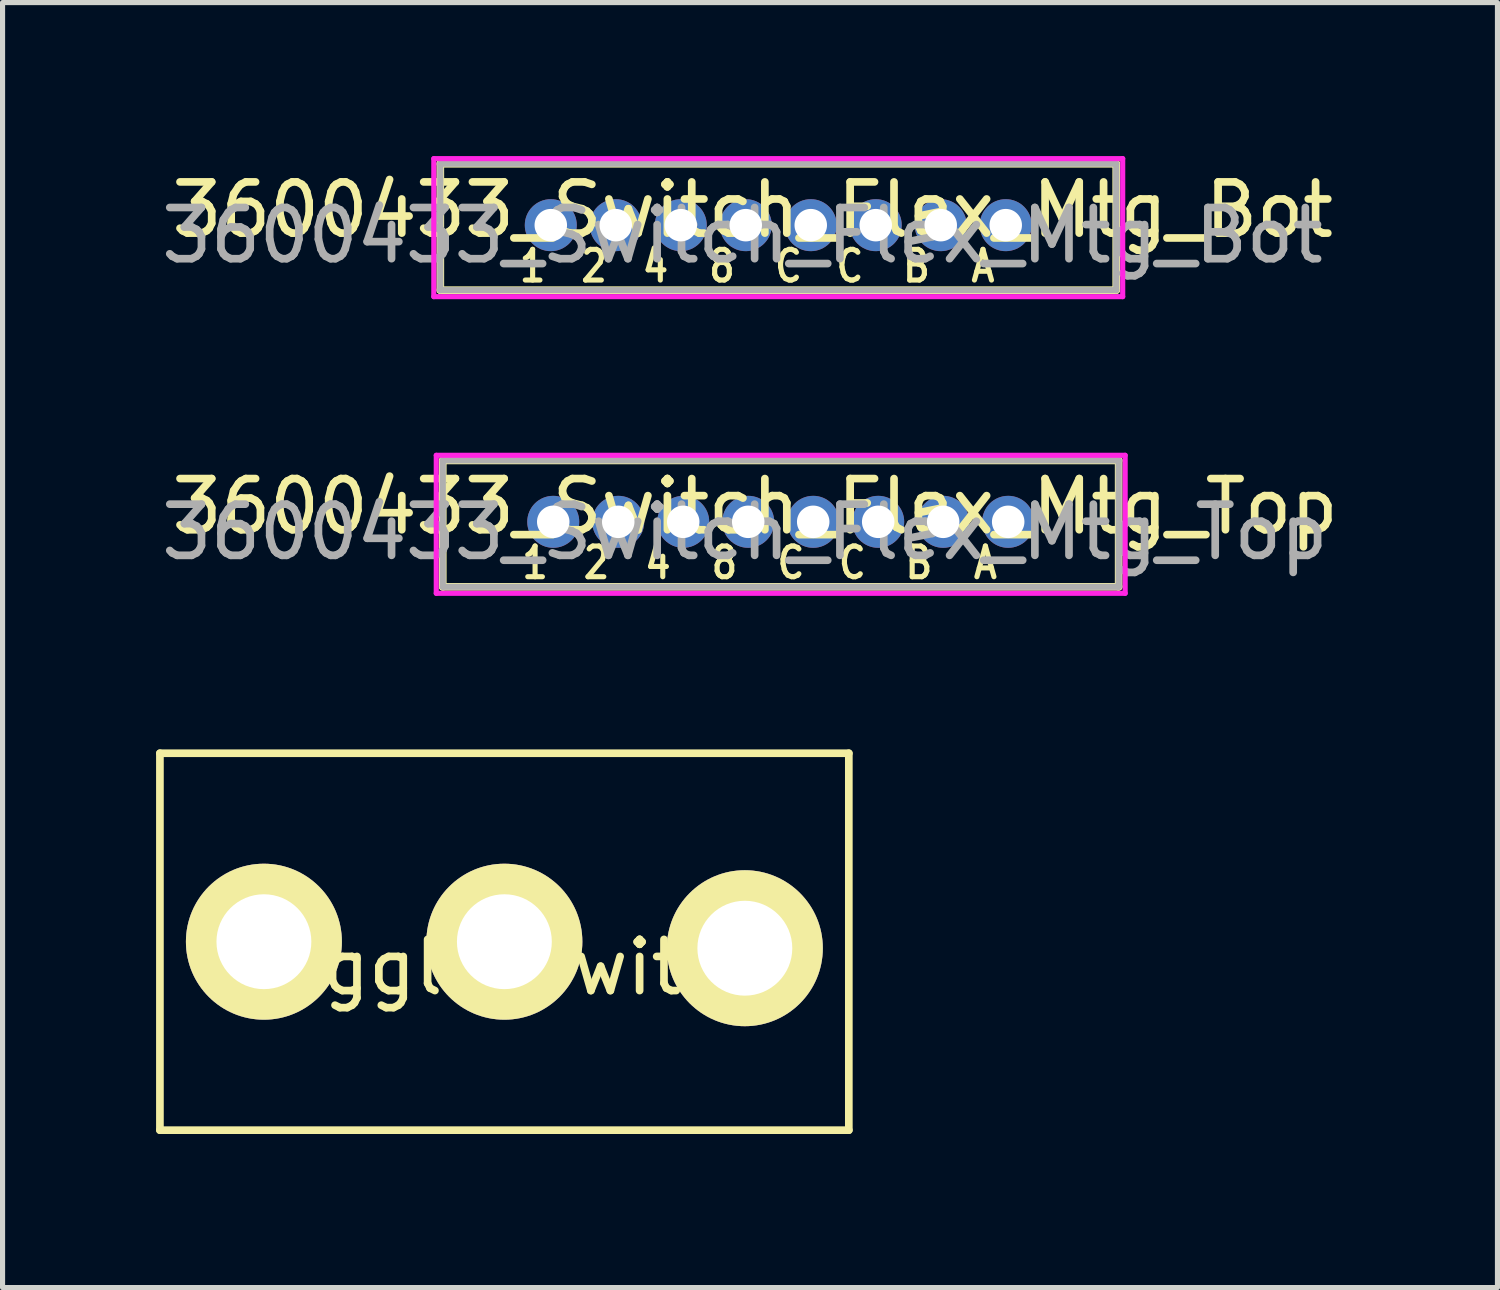
<source format=kicad_pcb>
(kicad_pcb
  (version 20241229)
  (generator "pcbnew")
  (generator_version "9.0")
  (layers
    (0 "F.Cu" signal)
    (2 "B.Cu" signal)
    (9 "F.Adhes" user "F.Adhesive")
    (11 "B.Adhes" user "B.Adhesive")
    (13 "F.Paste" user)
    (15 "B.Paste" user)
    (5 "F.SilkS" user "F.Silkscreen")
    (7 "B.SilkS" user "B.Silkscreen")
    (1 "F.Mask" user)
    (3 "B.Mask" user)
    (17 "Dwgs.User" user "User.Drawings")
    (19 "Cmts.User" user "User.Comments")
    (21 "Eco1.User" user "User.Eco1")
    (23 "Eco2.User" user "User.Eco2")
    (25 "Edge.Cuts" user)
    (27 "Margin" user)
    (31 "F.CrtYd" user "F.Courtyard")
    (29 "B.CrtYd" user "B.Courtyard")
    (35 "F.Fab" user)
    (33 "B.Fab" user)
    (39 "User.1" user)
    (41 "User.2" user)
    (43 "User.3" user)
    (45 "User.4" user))
  (footprint "3600433_Switch_Flex_Mtg_Bot"
    (layer "F.Cu")
    (at 12.158 1.35)
    (property "Reference" "3600433_Switch_Flex_Mtg_Bot" (at -0.5 -0.3 0) (layer "F.SilkS") (effects (font (size 1 1) (thickness 0.15))))
    (attr through_hole)
    (fp_line (start -6.604 -1.2) (end 6.604 -1.2) (stroke (width 0.15) (type solid)) (layer "F.SilkS"))
    (fp_line (start -6.604 1.27) (end -6.604 -1.2) (stroke (width 0.15) (type solid)) (layer "F.SilkS"))
    (fp_line (start 6.604 -1.2) (end 6.604 1.27) (stroke (width 0.15) (type solid)) (layer "F.SilkS"))
    (fp_line (start 6.604 1.27) (end -6.604 1.27) (stroke (width 0.15) (type solid)) (layer "F.SilkS"))
    (fp_line (start -6.731 -1.3) (end 6.731 -1.3) (stroke (width 0.1) (type solid)) (layer "F.CrtYd"))
    (fp_line (start -6.731 1.397) (end -6.731 -1.3) (stroke (width 0.1) (type solid)) (layer "F.CrtYd"))
    (fp_line (start 6.731 -1.3) (end 6.731 1.397) (stroke (width 0.1) (type solid)) (layer "F.CrtYd"))
    (fp_line (start 6.731 1.397) (end -6.731 1.397) (stroke (width 0.1) (type solid)) (layer "F.CrtYd"))
    (fp_line (start -6.604 -1.2) (end 6.604 -1.2) (stroke (width 0.12) (type solid)) (layer "F.Fab"))
    (fp_line (start -6.604 1.27) (end -6.604 -1.2) (stroke (width 0.12) (type solid)) (layer "F.Fab"))
    (fp_line (start 6.604 -1.2) (end 6.604 1.27) (stroke (width 0.12) (type solid)) (layer "F.Fab"))
    (fp_line (start 6.604 1.27) (end -6.604 1.27) (stroke (width 0.12) (type solid)) (layer "F.Fab"))
    (fp_text user "2" (at -3.6 0.8 0) (layer "F.SilkS") (effects (font (size 0.6 0.5) (thickness 0.1))))
    (fp_text user "1" (at -4.8 0.8 0) (layer "F.SilkS") (effects (font (size 0.6 0.5) (thickness 0.1))))
    (fp_text user "B" (at 2.7 0.8 0) (layer "F.SilkS") (effects (font (size 0.6 0.5) (thickness 0.1))))
    (fp_text user "A" (at 4 0.8 0) (layer "F.SilkS") (effects (font (size 0.6 0.5) (thickness 0.1))))
    (fp_text user "4" (at -2.4 0.8 0) (layer "F.SilkS") (effects (font (size 0.6 0.5) (thickness 0.1))))
    (fp_text user "C" (at 0.2 0.8 0) (layer "F.SilkS") (effects (font (size 0.6 0.5) (thickness 0.1))))
    (fp_text user "C" (at 1.4 0.8 0) (layer "F.SilkS") (effects (font (size 0.6 0.5) (thickness 0.1))))
    (fp_text user "8" (at -1.1 0.8 0) (layer "F.SilkS") (effects (font (size 0.6 0.5) (thickness 0.1))))
    (fp_text user "${REFERENCE}" (at -0.7 0.2 0) (layer "F.Fab") (effects (font (size 1 1) (thickness 0.15))))
    (pad "1" thru_hole circle (at -4.445 0) (size 1.016 1.016) (drill 0.635) (layers "*.Cu" "*.Mask"))
    (pad "2" thru_hole circle (at -3.175 0) (size 1.016 1.016) (drill 0.635) (layers "*.Cu" "*.Mask"))
    (pad "3" thru_hole circle (at -1.905 0) (size 1.016 1.016) (drill 0.635) (layers "*.Cu" "*.Mask"))
    (pad "4" thru_hole circle (at -0.635 0) (size 1.016 1.016) (drill 0.635) (layers "*.Cu" "*.Mask"))
    (pad "5" thru_hole circle (at 0.635 0) (size 1.016 1.016) (drill 0.635) (layers "*.Cu" "*.Mask"))
    (pad "6" thru_hole circle (at 1.905 0) (size 1.016 1.016) (drill 0.635) (layers "*.Cu" "*.Mask"))
    (pad "7" thru_hole circle (at 3.175 0) (size 1.016 1.016) (drill 0.635) (layers "*.Cu" "*.Mask"))
    (pad "8" thru_hole circle (at 4.445 0) (size 1.016 1.016) (drill 0.635) (layers "*.Cu" "*.Mask")))
  (footprint "3600433_Switch_Flex_Mtg_Top"
    (layer "F.Cu")
    (at 12.206 7.147)
    (property "Reference" "3600433_Switch_Flex_Mtg_Top" (at -0.5 -0.3 0) (layer "F.SilkS") (effects (font (size 1 1) (thickness 0.15))))
    (attr through_hole)
    (fp_line (start -6.604 -1.2) (end 6.604 -1.2) (stroke (width 0.15) (type solid)) (layer "F.SilkS"))
    (fp_line (start -6.604 1.27) (end -6.604 -1.2) (stroke (width 0.15) (type solid)) (layer "F.SilkS"))
    (fp_line (start 6.604 -1.2) (end 6.604 1.27) (stroke (width 0.15) (type solid)) (layer "F.SilkS"))
    (fp_line (start 6.604 1.27) (end -6.604 1.27) (stroke (width 0.15) (type solid)) (layer "F.SilkS"))
    (fp_line (start -6.731 -1.3) (end 6.731 -1.3) (stroke (width 0.1) (type solid)) (layer "F.CrtYd"))
    (fp_line (start -6.731 1.397) (end -6.731 -1.3) (stroke (width 0.1) (type solid)) (layer "F.CrtYd"))
    (fp_line (start 6.731 -1.3) (end 6.731 1.397) (stroke (width 0.1) (type solid)) (layer "F.CrtYd"))
    (fp_line (start 6.731 1.397) (end -6.731 1.397) (stroke (width 0.1) (type solid)) (layer "F.CrtYd"))
    (fp_line (start -6.604 -1.2) (end 6.604 -1.2) (stroke (width 0.12) (type solid)) (layer "F.Fab"))
    (fp_line (start -6.604 1.27) (end -6.604 -1.2) (stroke (width 0.12) (type solid)) (layer "F.Fab"))
    (fp_line (start 6.604 -1.2) (end 6.604 1.27) (stroke (width 0.12) (type solid)) (layer "F.Fab"))
    (fp_line (start 6.604 1.27) (end -6.604 1.27) (stroke (width 0.12) (type solid)) (layer "F.Fab"))
    (fp_text user "4" (at -2.4 0.8 0) (layer "F.SilkS") (effects (font (size 0.6 0.5) (thickness 0.1))))
    (fp_text user "B" (at 2.7 0.8 0) (layer "F.SilkS") (effects (font (size 0.6 0.5) (thickness 0.1))))
    (fp_text user "C" (at 0.2 0.8 0) (layer "F.SilkS") (effects (font (size 0.6 0.5) (thickness 0.1))))
    (fp_text user "A" (at 4 0.8 0) (layer "F.SilkS") (effects (font (size 0.6 0.5) (thickness 0.1))))
    (fp_text user "8" (at -1.1 0.8 0) (layer "F.SilkS") (effects (font (size 0.6 0.5) (thickness 0.1))))
    (fp_text user "2" (at -3.6 0.8 0) (layer "F.SilkS") (effects (font (size 0.6 0.5) (thickness 0.1))))
    (fp_text user "1" (at -4.8 0.8 0) (layer "F.SilkS") (effects (font (size 0.6 0.5) (thickness 0.1))))
    (fp_text user "C" (at 1.4 0.8 0) (layer "F.SilkS") (effects (font (size 0.6 0.5) (thickness 0.1))))
    (fp_text user "${REFERENCE}" (at -0.7 0.2 0) (layer "F.Fab") (effects (font (size 1 1) (thickness 0.15))))
    (pad "1" thru_hole circle (at -4.445 0) (size 1.016 1.016) (drill 0.635) (layers "*.Cu" "*.Mask"))
    (pad "2" thru_hole circle (at -3.175 0) (size 1.016 1.016) (drill 0.635) (layers "*.Cu" "*.Mask"))
    (pad "3" thru_hole circle (at -1.905 0) (size 1.016 1.016) (drill 0.635) (layers "*.Cu" "*.Mask"))
    (pad "4" thru_hole circle (at -0.635 0) (size 1.016 1.016) (drill 0.635) (layers "*.Cu" "*.Mask"))
    (pad "5" thru_hole circle (at 0.635 0) (size 1.016 1.016) (drill 0.635) (layers "*.Cu" "*.Mask"))
    (pad "6" thru_hole circle (at 1.905 0) (size 1.016 1.016) (drill 0.635) (layers "*.Cu" "*.Mask"))
    (pad "7" thru_hole circle (at 3.175 0) (size 1.016 1.016) (drill 0.635) (layers "*.Cu" "*.Mask"))
    (pad "8" thru_hole circle (at 4.445 0) (size 1.016 1.016) (drill 0.635) (layers "*.Cu" "*.Mask")))
  (footprint "Toggle_Switch"
    (layer "F.Cu")
    (at 6.806 15.352)
    (property "Reference" "Toggle_Switch" (at 0 0.5 0) (layer "F.SilkS") (effects (font (size 1 1) (thickness 0.15))))
    (attr through_hole)
    (fp_line (start -6.731 -3.683) (end 6.731 -3.683) (stroke (width 0.15) (type solid)) (layer "F.SilkS"))
    (fp_line (start -6.731 3.683) (end -6.731 -3.683) (stroke (width 0.15) (type solid)) (layer "F.SilkS"))
    (fp_line (start 6.731 -3.683) (end 6.731 3.683) (stroke (width 0.15) (type solid)) (layer "F.SilkS"))
    (fp_line (start 6.731 3.683) (end -6.731 3.683) (stroke (width 0.15) (type solid)) (layer "F.SilkS"))
    (pad "1" thru_hole circle (at -4.699 0) (size 3.048 3.048) (drill 1.854) (layers "*.Cu" "*.Mask" "F.SilkS"))
    (pad "2" thru_hole circle (at 0 0) (size 3.048 3.048) (drill 1.854) (layers "*.Cu" "*.Mask" "F.SilkS"))
    (pad "3" thru_hole circle (at 4.699 0.127) (size 3.048 3.048) (drill 1.854) (layers "*.Cu" "*.Mask" "F.SilkS")))
  (gr_rect
    (start -3 -3)
    (end 26.212 22.11)
    (stroke (width 0.1) (type default))
    (fill no)
    (layer "Edge.Cuts")))
</source>
